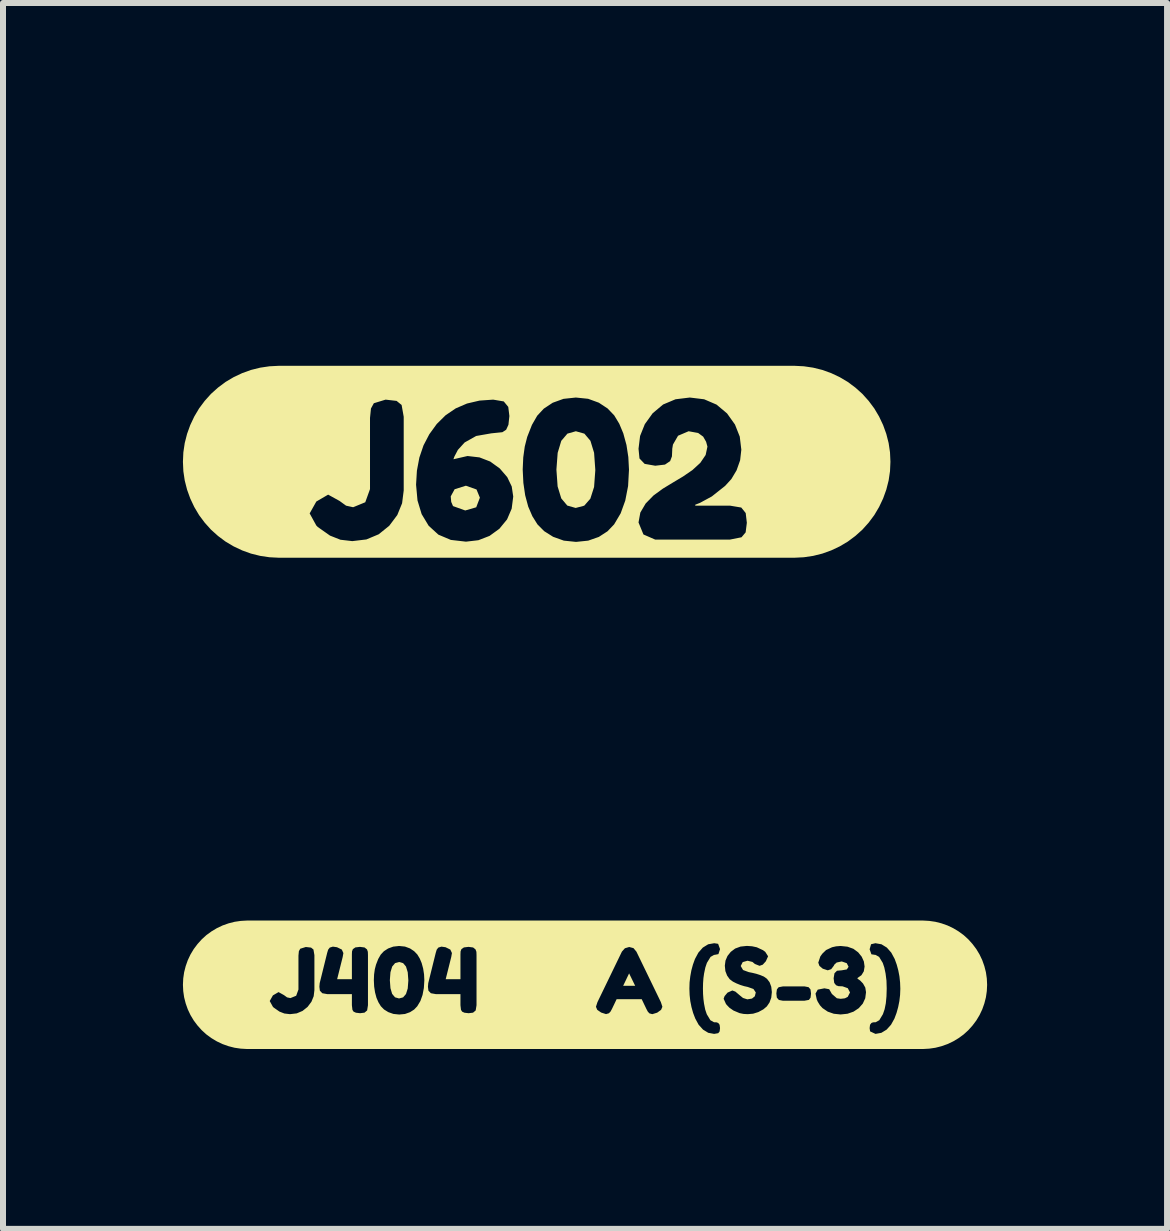
<source format=kicad_pcb>
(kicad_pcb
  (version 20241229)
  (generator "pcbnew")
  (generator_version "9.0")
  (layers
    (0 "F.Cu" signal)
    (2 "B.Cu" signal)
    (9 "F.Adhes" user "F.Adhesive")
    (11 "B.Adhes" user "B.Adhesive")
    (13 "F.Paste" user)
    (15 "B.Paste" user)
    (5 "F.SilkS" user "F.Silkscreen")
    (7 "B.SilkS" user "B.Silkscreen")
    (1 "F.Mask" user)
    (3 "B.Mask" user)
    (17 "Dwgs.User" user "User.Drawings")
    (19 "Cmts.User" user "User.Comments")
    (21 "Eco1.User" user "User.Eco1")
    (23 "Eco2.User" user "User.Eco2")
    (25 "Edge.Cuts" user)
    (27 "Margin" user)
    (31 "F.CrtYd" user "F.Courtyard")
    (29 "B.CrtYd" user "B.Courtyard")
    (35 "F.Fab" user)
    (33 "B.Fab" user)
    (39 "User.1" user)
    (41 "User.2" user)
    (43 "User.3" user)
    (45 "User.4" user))
  (footprint "kibuzzard-65BFD82E"
    (layer "F.Cu")
    (at 6.704 13.369)
    (property "Reference" "kibuzzard-65BFD82E" (at 0 -4.119 0) (layer "F.SilkS") (effects (font (size 0.001 0.001) (thickness 0.15))))
    (attr board_only exclude_from_pos_files exclude_from_bom)
    (fp_poly (pts (xy 0.735 -0.19) (xy 0.636 0.017) (xy 0.836 0.017) (xy 0.735 -0.19)) (stroke (width 0) (type solid)) (fill yes) (layer "F.SilkS"))
    (fp_poly (pts (xy -3.101 0.228) (xy -3.033 0.21) (xy -2.985 0.154) (xy -2.956 0.062) (xy -2.946 -0.068) (xy -2.946 -0.077) (xy -2.956 -0.209) (xy -2.985 -0.304) (xy -3.033 -0.361) (xy -3.1 -0.38) (xy -3.167 -0.361) (xy -3.215 -0.304) (xy -3.244 -0.209) (xy -3.254 -0.076) (xy -3.244 0.057) (xy -3.216 0.152) (xy -3.168 0.209) (xy -3.101 0.228)) (stroke (width 0) (type solid)) (fill yes) (layer "F.SilkS"))
    (fp_poly (pts (xy -5.257 -1.071) (xy -5.634 -1.071) (xy -5.739 -1.065) (xy -5.842 -1.05) (xy -5.944 -1.024) (xy -6.043 -0.989) (xy -6.138 -0.944) (xy -6.228 -0.89) (xy -6.313 -0.828) (xy -6.391 -0.757) (xy -6.461 -0.679) (xy -6.524 -0.595) (xy -6.578 -0.505) (xy -6.623 -0.41) (xy -6.658 -0.311) (xy -6.684 -0.209) (xy -6.699 -0.105) (xy -6.704 0) (xy -6.699 0.105) (xy -6.684 0.209) (xy -6.658 0.311) (xy -6.623 0.41) (xy -6.578 0.505) (xy -6.524 0.595) (xy -6.461 0.679) (xy -6.391 0.757) (xy -6.313 0.828) (xy -6.228 0.89) (xy -6.138 0.944) (xy -6.043 0.989) (xy -5.944 1.024) (xy -5.842 1.05) (xy -5.739 1.065) (xy -5.634 1.071) (xy -5.257 1.071) (xy -4.919 1.071) (xy -4.919 0.49) (xy -5.013 0.479) (xy -5.095 0.447) (xy -5.192 0.379) (xy -5.204 0.367) (xy -5.257 0.271) (xy -5.204 0.177) (xy -5.11 0.122) (xy -5.02 0.172) (xy -4.968 0.21) (xy -4.912 0.222) (xy -4.816 0.183) (xy -4.778 0.079) (xy -4.778 -0.485) (xy -4.771 -0.56) (xy -4.748 -0.601) (xy -4.655 -0.63) (xy -4.568 -0.62) (xy -4.528 -0.588) (xy -4.512 -0.494) (xy -4.512 0.089) (xy -4.524 0.191) (xy -4.562 0.284) (xy -4.626 0.369) (xy -4.71 0.436) (xy -4.807 0.477) (xy -4.919 0.49) (xy -4.919 1.071) (xy -3.75 1.071) (xy -3.75 0.474) (xy -3.819 0.466) (xy -3.859 0.448) (xy -3.878 0.418) (xy -3.887 0.34) (xy -3.887 0.156) (xy -4.296 0.156) (xy -4.38 0.141) (xy -4.421 0.098) (xy -4.429 0.033) (xy -4.424 -0.027) (xy -4.299 -0.532) (xy -4.283 -0.585) (xy -4.256 -0.62) (xy -4.204 -0.636) (xy -4.135 -0.626) (xy -4.055 -0.587) (xy -4.029 -0.529) (xy -4.04 -0.466) (xy -4.041 -0.461) (xy -4.133 -0.093) (xy -3.887 -0.093) (xy -3.887 -0.505) (xy -3.885 -0.556) (xy -3.871 -0.594) (xy -3.829 -0.623) (xy -3.752 -0.632) (xy -3.676 -0.622) (xy -3.635 -0.59) (xy -3.621 -0.55) (xy -3.619 -0.497) (xy -3.619 0.341) (xy -3.633 0.428) (xy -3.677 0.465) (xy -3.75 0.474) (xy -3.75 1.071) (xy -3.098 1.071) (xy -3.098 0.496) (xy -3.195 0.486) (xy -3.28 0.456) (xy -3.351 0.412) (xy -3.404 0.358) (xy -3.444 0.293) (xy -3.477 0.217) (xy -3.501 0.127) (xy -3.516 0.029) (xy -3.521 -0.077) (xy -3.517 -0.172) (xy -3.505 -0.258) (xy -3.485 -0.335) (xy -3.448 -0.43) (xy -3.406 -0.503) (xy -3.354 -0.559) (xy -3.283 -0.605) (xy -3.198 -0.636) (xy -3.1 -0.647) (xy -3.002 -0.637) (xy -2.918 -0.606) (xy -2.849 -0.56) (xy -2.796 -0.505) (xy -2.756 -0.439) (xy -2.724 -0.363) (xy -2.699 -0.271) (xy -2.684 -0.175) (xy -2.679 -0.075) (xy -2.687 0.054) (xy -2.709 0.17) (xy -2.745 0.271) (xy -2.797 0.358) (xy -2.849 0.413) (xy -2.918 0.457) (xy -3.002 0.487) (xy -3.098 0.496) (xy -3.098 1.071) (xy -1.94 1.071) (xy -1.94 0.474) (xy -2.01 0.466) (xy -2.049 0.448) (xy -2.068 0.418) (xy -2.077 0.34) (xy -2.077 0.156) (xy -2.486 0.156) (xy -2.57 0.141) (xy -2.611 0.098) (xy -2.619 0.033) (xy -2.614 -0.027) (xy -2.489 -0.532) (xy -2.473 -0.585) (xy -2.446 -0.62) (xy -2.394 -0.636) (xy -2.325 -0.626) (xy -2.246 -0.587) (xy -2.219 -0.529) (xy -2.23 -0.466) (xy -2.231 -0.461) (xy -2.323 -0.093) (xy -2.077 -0.093) (xy -2.077 -0.505) (xy -2.075 -0.556) (xy -2.061 -0.594) (xy -2.019 -0.623) (xy -1.942 -0.632) (xy -1.866 -0.622) (xy -1.826 -0.59) (xy -1.811 -0.55) (xy -1.809 -0.497) (xy -1.809 0.341) (xy -1.823 0.428) (xy -1.867 0.465) (xy -1.94 0.474) (xy -1.94 1.071) (xy 1.122 1.071) (xy 1.122 0.49) (xy 1.074 0.477) (xy 1.047 0.448) (xy 1.023 0.403) (xy 0.945 0.24) (xy 0.527 0.24) (xy 0.449 0.403) (xy 0.425 0.447) (xy 0.398 0.475) (xy 0.35 0.489) (xy 0.269 0.463) (xy 0.204 0.418) (xy 0.182 0.367) (xy 0.207 0.29) (xy 0.615 -0.553) (xy 0.665 -0.609) (xy 0.737 -0.63) (xy 0.808 -0.611) (xy 0.857 -0.552) (xy 1.265 0.29) (xy 1.29 0.367) (xy 1.268 0.418) (xy 1.203 0.465) (xy 1.122 0.49) (xy 1.122 1.071) (xy 2.153 1.071) (xy 2.153 0.819) (xy 2.055 0.801) (xy 1.968 0.748) (xy 1.894 0.666) (xy 1.838 0.563) (xy 1.802 0.469) (xy 1.775 0.372) (xy 1.755 0.272) (xy 1.744 0.17) (xy 1.74 0.065) (xy 1.743 -0.039) (xy 1.755 -0.141) (xy 1.773 -0.24) (xy 1.799 -0.336) (xy 1.833 -0.43) (xy 1.89 -0.536) (xy 1.964 -0.62) (xy 2.053 -0.675) (xy 2.154 -0.693) (xy 2.219 -0.683) (xy 2.251 -0.595) (xy 2.224 -0.511) (xy 2.162 -0.499) (xy 2.153 -0.499) (xy 2.093 -0.465) (xy 2.032 -0.365) (xy 2.006 -0.288) (xy 1.985 -0.188) (xy 1.974 -0.11) (xy 1.968 -0.026) (xy 1.966 0.064) (xy 1.968 0.153) (xy 1.974 0.237) (xy 1.984 0.314) (xy 2.004 0.414) (xy 2.03 0.491) (xy 2.09 0.591) (xy 2.151 0.625) (xy 2.193 0.626) (xy 2.221 0.637) (xy 2.244 0.667) (xy 2.251 0.723) (xy 2.244 0.778) (xy 2.221 0.807) (xy 2.153 0.819) (xy 2.153 1.071) (xy 2.712 1.071) (xy 2.712 0.49) (xy 2.643 0.486) (xy 2.578 0.473) (xy 2.476 0.43) (xy 2.408 0.383) (xy 2.364 0.337) (xy 2.35 0.32) (xy 2.311 0.233) (xy 2.327 0.189) (xy 2.376 0.131) (xy 2.456 0.095) (xy 2.507 0.114) (xy 2.574 0.171) (xy 2.634 0.22) (xy 2.706 0.243) (xy 2.784 0.23) (xy 2.831 0.192) (xy 2.847 0.128) (xy 2.808 0.07) (xy 2.712 0.036) (xy 2.653 0.023) (xy 2.589 0.003) (xy 2.525 -0.023) (xy 2.465 -0.053) (xy 2.412 -0.093) (xy 2.369 -0.153) (xy 2.34 -0.228) (xy 2.331 -0.318) (xy 2.342 -0.403) (xy 2.375 -0.48) (xy 2.43 -0.549) (xy 2.503 -0.604) (xy 2.593 -0.637) (xy 2.699 -0.648) (xy 2.785 -0.642) (xy 2.864 -0.625) (xy 2.967 -0.577) (xy 3.005 -0.549) (xy 3.052 -0.475) (xy 3.015 -0.392) (xy 2.963 -0.335) (xy 2.91 -0.316) (xy 2.832 -0.347) (xy 2.814 -0.362) (xy 2.791 -0.381) (xy 2.71 -0.401) (xy 2.629 -0.378) (xy 2.596 -0.313) (xy 2.635 -0.246) (xy 2.73 -0.211) (xy 2.79 -0.199) (xy 2.856 -0.183) (xy 2.921 -0.162) (xy 2.981 -0.137) (xy 3.033 -0.1) (xy 3.077 -0.043) (xy 3.105 0.032) (xy 3.115 0.122) (xy 3.105 0.215) (xy 3.076 0.295) (xy 3.031 0.361) (xy 2.973 0.41) (xy 2.89 0.455) (xy 2.803 0.482) (xy 2.712 0.49) (xy 2.712 1.071) (xy 3.658 1.071) (xy 3.658 0.266) (xy 3.299 0.266) (xy 3.232 0.253) (xy 3.198 0.214) (xy 3.19 0.145) (xy 3.199 0.077) (xy 3.228 0.041) (xy 3.301 0.027) (xy 3.659 0.027) (xy 3.727 0.04) (xy 3.759 0.077) (xy 3.768 0.147) (xy 3.76 0.215) (xy 3.733 0.252) (xy 3.658 0.266) (xy 3.658 1.071) (xy 4.261 1.071) (xy 4.261 0.495) (xy 4.147 0.483) (xy 4.047 0.448) (xy 3.96 0.389) (xy 3.917 0.342) (xy 3.88 0.282) (xy 3.863 0.243) (xy 3.86 0.228) (xy 3.843 0.147) (xy 3.88 0.081) (xy 3.991 0.059) (xy 4.071 0.074) (xy 4.116 0.153) (xy 4.199 0.225) (xy 4.263 0.234) (xy 4.332 0.226) (xy 4.38 0.202) (xy 4.418 0.128) (xy 4.381 0.057) (xy 4.294 0.026) (xy 4.225 0.023) (xy 4.186 0.008) (xy 4.155 -0.031) (xy 4.145 -0.108) (xy 4.159 -0.192) (xy 4.201 -0.234) (xy 4.279 -0.241) (xy 4.365 -0.256) (xy 4.394 -0.3) (xy 4.364 -0.36) (xy 4.28 -0.389) (xy 4.195 -0.371) (xy 4.156 -0.335) (xy 4.147 -0.316) (xy 4.104 -0.26) (xy 4.047 -0.241) (xy 3.964 -0.268) (xy 3.908 -0.315) (xy 3.889 -0.369) (xy 3.923 -0.472) (xy 3.957 -0.519) (xy 4.019 -0.579) (xy 4.119 -0.626) (xy 4.186 -0.641) (xy 4.261 -0.647) (xy 4.376 -0.635) (xy 4.474 -0.6) (xy 4.554 -0.541) (xy 4.613 -0.468) (xy 4.649 -0.389) (xy 4.661 -0.304) (xy 4.648 -0.224) (xy 4.609 -0.16) (xy 4.543 -0.113) (xy 4.543 -0.102) (xy 4.588 -0.07) (xy 4.635 -0.021) (xy 4.673 0.047) (xy 4.685 0.124) (xy 4.672 0.225) (xy 4.631 0.314) (xy 4.564 0.39) (xy 4.477 0.448) (xy 4.376 0.483) (xy 4.261 0.495) (xy 4.261 1.071) (xy 4.843 1.071) (xy 4.843 0.819) (xy 4.753 0.777) (xy 4.745 0.723) (xy 4.752 0.667) (xy 4.775 0.637) (xy 4.803 0.626) (xy 4.845 0.625) (xy 4.906 0.591) (xy 4.967 0.49) (xy 4.995 0.408) (xy 5.015 0.309) (xy 5.026 0.193) (xy 5.03 0.062) (xy 5.026 -0.069) (xy 5.011 -0.188) (xy 4.99 -0.288) (xy 4.964 -0.365) (xy 4.903 -0.465) (xy 4.843 -0.499) (xy 4.834 -0.499) (xy 4.775 -0.508) (xy 4.745 -0.592) (xy 4.769 -0.676) (xy 4.842 -0.693) (xy 4.943 -0.675) (xy 5.032 -0.62) (xy 5.106 -0.536) (xy 5.163 -0.43) (xy 5.197 -0.336) (xy 5.223 -0.24) (xy 5.242 -0.141) (xy 5.253 -0.039) (xy 5.257 0.065) (xy 5.253 0.17) (xy 5.241 0.272) (xy 5.221 0.372) (xy 5.194 0.469) (xy 5.159 0.563) (xy 5.102 0.666) (xy 5.028 0.748) (xy 4.941 0.801) (xy 4.843 0.819) (xy 4.843 1.071) (xy 5.257 1.071) (xy 5.634 1.071) (xy 5.739 1.065) (xy 5.842 1.05) (xy 5.944 1.024) (xy 6.043 0.989) (xy 6.138 0.944) (xy 6.228 0.89) (xy 6.313 0.828) (xy 6.391 0.757) (xy 6.461 0.679) (xy 6.524 0.595) (xy 6.578 0.505) (xy 6.623 0.41) (xy 6.658 0.311) (xy 6.684 0.209) (xy 6.699 0.105) (xy 6.704 0) (xy 6.699 -0.105) (xy 6.684 -0.209) (xy 6.658 -0.311) (xy 6.623 -0.41) (xy 6.578 -0.505) (xy 6.524 -0.595) (xy 6.461 -0.679) (xy 6.391 -0.757) (xy 6.313 -0.828) (xy 6.228 -0.89) (xy 6.138 -0.944) (xy 6.043 -0.989) (xy 5.944 -1.024) (xy 5.842 -1.05) (xy 5.739 -1.065) (xy 5.634 -1.071) (xy 5.257 -1.071) (xy -5.257 -1.071)) (stroke (width 0) (type solid)) (fill yes) (layer "F.SilkS")))
  (footprint "kibuzzard-65BFB941"
    (layer "F.Cu")
    (at 5.898 4.649)
    (property "Reference" "kibuzzard-65BFB941" (at 0 -4.648 0) (layer "F.SilkS") (effects (font (size 0.001 0.001) (thickness 0.15))))
    (attr board_only exclude_from_pos_files exclude_from_bom)
    (fp_poly (pts (xy -1.191 0.812) (xy -1.008 0.759) (xy -0.947 0.599) (xy -1.003 0.462) (xy -1.18 0.399) (xy -1.368 0.458) (xy -1.433 0.577) (xy -1.425 0.669) (xy -1.395 0.739) (xy -1.191 0.812)) (stroke (width 0) (type solid)) (fill yes) (layer "F.SilkS"))
    (fp_poly (pts (xy 0.65 0.77) (xy 0.793 0.732) (xy 0.895 0.615) (xy 0.957 0.42) (xy 0.977 0.148) (xy 0.977 0.129) (xy 0.957 -0.15) (xy 0.896 -0.35) (xy 0.795 -0.469) (xy 0.653 -0.509) (xy 0.512 -0.469) (xy 0.41 -0.349) (xy 0.35 -0.149) (xy 0.329 0.131) (xy 0.349 0.411) (xy 0.41 0.611) (xy 0.51 0.73) (xy 0.65 0.77)) (stroke (width 0) (type solid)) (fill yes) (layer "F.SilkS"))
    (fp_poly (pts (xy -3.785 -1.6) (xy -4.298 -1.6) (xy -4.455 -1.592) (xy -4.61 -1.569) (xy -4.763 -1.531) (xy -4.91 -1.478) (xy -5.052 -1.411) (xy -5.187 -1.331) (xy -5.313 -1.237) (xy -5.43 -1.132) (xy -5.535 -1.015) (xy -5.629 -0.889) (xy -5.709 -0.754) (xy -5.776 -0.612) (xy -5.829 -0.465) (xy -5.868 -0.312) (xy -5.891 -0.157) (xy -5.898 0) (xy -5.891 0.157) (xy -5.868 0.312) (xy -5.829 0.465) (xy -5.776 0.612) (xy -5.709 0.754) (xy -5.629 0.889) (xy -5.535 1.015) (xy -5.43 1.132) (xy -5.313 1.237) (xy -5.187 1.331) (xy -5.052 1.411) (xy -4.91 1.478) (xy -4.763 1.531) (xy -4.61 1.569) (xy -4.455 1.592) (xy -4.298 1.6) (xy -3.785 1.6) (xy -3.074 1.6) (xy -3.074 1.323) (xy -3.272 1.3) (xy -3.446 1.231) (xy -3.649 1.088) (xy -3.674 1.063) (xy -3.785 0.861) (xy -3.674 0.663) (xy -3.477 0.548) (xy -3.287 0.653) (xy -3.178 0.732) (xy -3.06 0.758) (xy -2.858 0.675) (xy -2.779 0.456) (xy -2.779 -0.731) (xy -2.763 -0.888) (xy -2.715 -0.976) (xy -2.519 -1.036) (xy -2.336 -1.015) (xy -2.252 -0.947) (xy -2.217 -0.75) (xy -2.217 0.478) (xy -2.244 0.692) (xy -2.324 0.888) (xy -2.458 1.067) (xy -2.634 1.209) (xy -2.839 1.295) (xy -3.074 1.323) (xy -3.074 1.6) (xy -1.179 1.6) (xy -1.179 1.332) (xy -1.431 1.303) (xy -1.639 1.215) (xy -1.801 1.067) (xy -1.918 0.873) (xy -1.987 0.645) (xy -2.011 0.383) (xy -1.997 0.149) (xy -1.956 -0.07) (xy -1.887 -0.273) (xy -1.79 -0.459) (xy -1.666 -0.63) (xy -1.518 -0.776) (xy -1.35 -0.89) (xy -1.162 -0.971) (xy -0.953 -1.02) (xy -0.725 -1.036) (xy -0.549 -1.006) (xy -0.474 -0.915) (xy -0.455 -0.763) (xy -0.471 -0.617) (xy -0.509 -0.534) (xy -0.572 -0.493) (xy -0.757 -0.474) (xy -1.009 -0.43) (xy -1.201 -0.322) (xy -1.314 -0.198) (xy -1.372 -0.087) (xy -1.388 -0.042) (xy -1.153 -0.096) (xy -0.954 -0.073) (xy -0.775 -0.004) (xy -0.615 0.112) (xy -0.491 0.256) (xy -0.416 0.412) (xy -0.391 0.58) (xy -0.417 0.782) (xy -0.494 0.961) (xy -0.622 1.117) (xy -0.786 1.236) (xy -0.972 1.308) (xy -1.179 1.332) (xy -1.179 1.6) (xy 0.656 1.6) (xy 0.656 1.336) (xy 0.453 1.315) (xy 0.274 1.251) (xy 0.125 1.157) (xy 0.013 1.044) (xy -0.072 0.908) (xy -0.141 0.748) (xy -0.192 0.558) (xy -0.222 0.352) (xy -0.233 0.129) (xy -0.224 -0.072) (xy -0.199 -0.253) (xy -0.158 -0.414) (xy -0.079 -0.615) (xy 0.009 -0.768) (xy 0.119 -0.886) (xy 0.267 -0.984) (xy 0.447 -1.049) (xy 0.653 -1.071) (xy 0.858 -1.05) (xy 1.036 -0.985) (xy 1.182 -0.889) (xy 1.293 -0.773) (xy 1.377 -0.634) (xy 1.444 -0.474) (xy 1.497 -0.28) (xy 1.528 -0.078) (xy 1.539 0.132) (xy 1.524 0.405) (xy 1.477 0.647) (xy 1.4 0.86) (xy 1.291 1.044) (xy 1.181 1.159) (xy 1.036 1.253) (xy 0.859 1.315) (xy 0.656 1.336) (xy 0.656 1.6) (xy 3.219 1.6) (xy 3.219 1.298) (xy 1.977 1.298) (xy 1.78 1.212) (xy 1.698 1.012) (xy 1.728 0.847) (xy 1.817 0.696) (xy 1.948 0.562) (xy 2.104 0.448) (xy 2.272 0.346) (xy 2.441 0.245) (xy 2.597 0.138) (xy 2.728 0.018) (xy 2.817 -0.113) (xy 2.847 -0.252) (xy 2.825 -0.333) (xy 2.776 -0.419) (xy 2.692 -0.48) (xy 2.533 -0.509) (xy 2.357 -0.434) (xy 2.272 -0.287) (xy 2.26 -0.214) (xy 2.26 -0.195) (xy 2.255 -0.09) (xy 2.225 -0.011) (xy 2.139 0.047) (xy 1.977 0.066) (xy 1.8 0.035) (xy 1.714 -0.055) (xy 1.698 -0.217) (xy 1.724 -0.43) (xy 1.803 -0.627) (xy 1.934 -0.809) (xy 2.108 -0.955) (xy 2.315 -1.042) (xy 2.553 -1.071) (xy 2.792 -1.042) (xy 2.999 -0.953) (xy 3.174 -0.806) (xy 3.306 -0.621) (xy 3.386 -0.419) (xy 3.412 -0.201) (xy 3.392 -0.025) (xy 3.333 0.142) (xy 3.246 0.288) (xy 3.142 0.402) (xy 2.92 0.578) (xy 2.723 0.685) (xy 2.644 0.716) (xy 2.644 0.732) (xy 3.225 0.732) (xy 3.411 0.763) (xy 3.485 0.855) (xy 3.504 1.017) (xy 3.484 1.177) (xy 3.415 1.259) (xy 3.219 1.298) (xy 3.219 1.6) (xy 3.504 1.6) (xy 4.298 1.6) (xy 4.455 1.592) (xy 4.61 1.569) (xy 4.763 1.531) (xy 4.91 1.478) (xy 5.052 1.411) (xy 5.187 1.331) (xy 5.313 1.237) (xy 5.43 1.132) (xy 5.535 1.015) (xy 5.629 0.889) (xy 5.709 0.754) (xy 5.776 0.612) (xy 5.829 0.465) (xy 5.868 0.312) (xy 5.891 0.157) (xy 5.898 0) (xy 5.891 -0.157) (xy 5.868 -0.312) (xy 5.829 -0.465) (xy 5.776 -0.612) (xy 5.709 -0.754) (xy 5.629 -0.889) (xy 5.535 -1.015) (xy 5.43 -1.132) (xy 5.313 -1.237) (xy 5.187 -1.331) (xy 5.052 -1.411) (xy 4.91 -1.478) (xy 4.763 -1.531) (xy 4.61 -1.569) (xy 4.455 -1.592) (xy 4.298 -1.6) (xy 3.504 -1.6) (xy -3.785 -1.6)) (stroke (width 0) (type solid)) (fill yes) (layer "F.SilkS")))
  (gr_rect
    (start -3 -3)
    (end 16.408 17.439)
    (stroke (width 0.1) (type default))
    (fill no)
    (layer "Edge.Cuts")))
</source>
